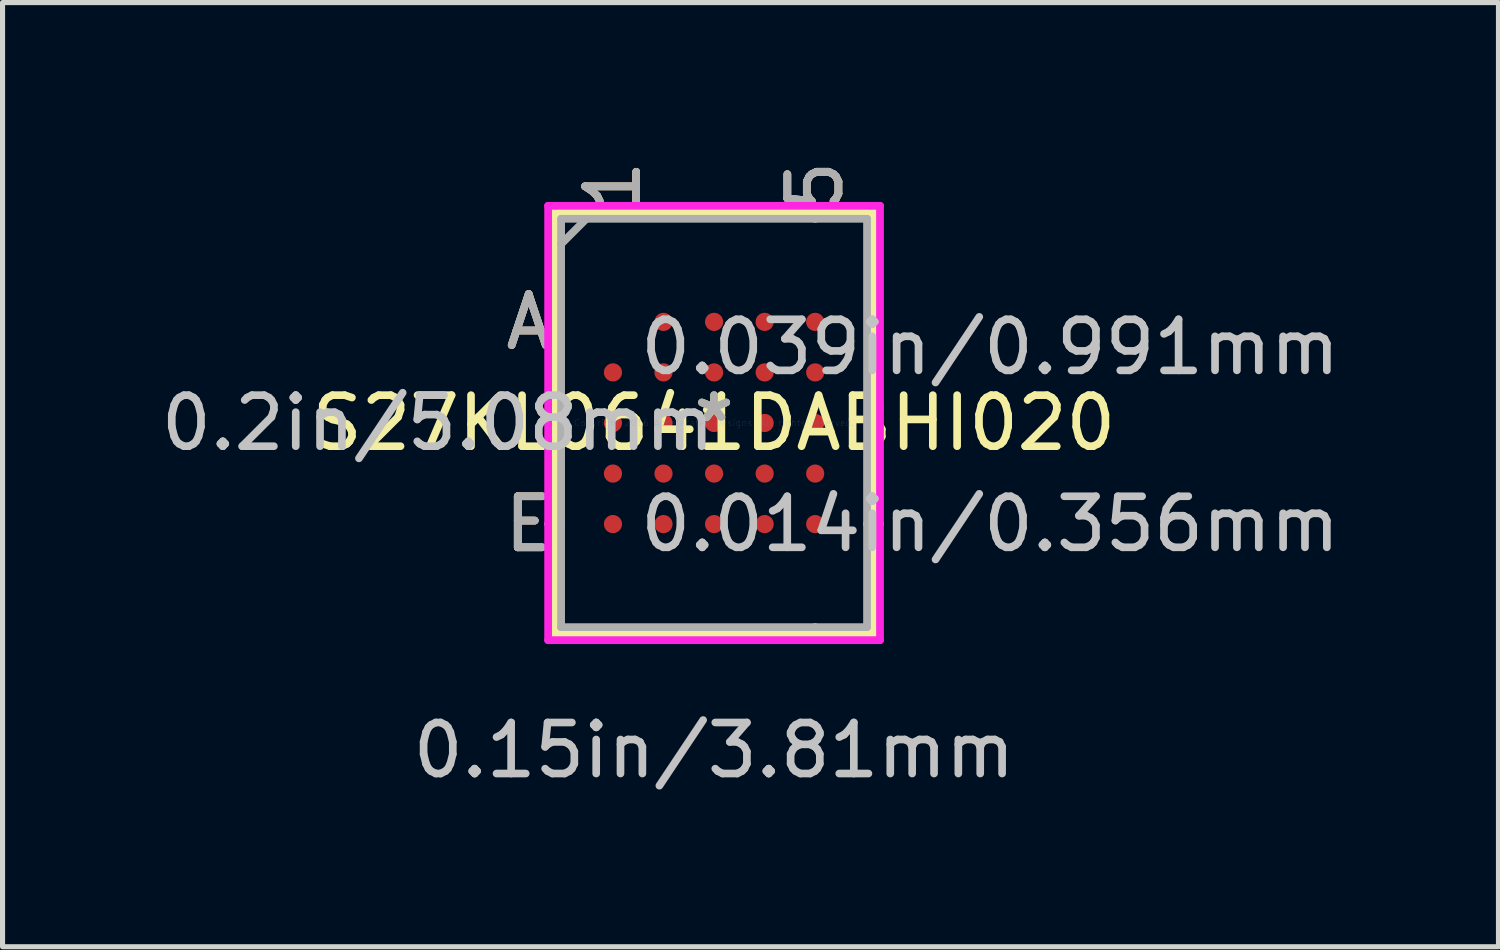
<source format=kicad_pcb>
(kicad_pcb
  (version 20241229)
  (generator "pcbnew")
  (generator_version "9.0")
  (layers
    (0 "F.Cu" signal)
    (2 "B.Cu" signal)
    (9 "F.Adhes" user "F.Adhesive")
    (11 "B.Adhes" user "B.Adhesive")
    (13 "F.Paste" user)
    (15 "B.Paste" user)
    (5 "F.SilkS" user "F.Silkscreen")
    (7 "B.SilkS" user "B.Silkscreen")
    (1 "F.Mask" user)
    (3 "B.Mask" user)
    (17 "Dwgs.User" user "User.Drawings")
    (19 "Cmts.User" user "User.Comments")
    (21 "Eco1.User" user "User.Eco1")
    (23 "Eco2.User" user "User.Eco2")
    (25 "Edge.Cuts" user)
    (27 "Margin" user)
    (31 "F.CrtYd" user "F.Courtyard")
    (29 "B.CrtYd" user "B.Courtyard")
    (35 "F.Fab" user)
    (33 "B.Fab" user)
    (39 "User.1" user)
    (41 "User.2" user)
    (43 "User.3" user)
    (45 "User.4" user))
  (footprint "S27KL0641DABHI020"
    (layer "F.Cu")
    (at 10.94 5.237)
    (property "Reference" "S27KL0641DABHI020" (at 0 0 0) (layer "F.SilkS") (effects (font (size 1 1) (thickness 0.15))))
    (attr through_hole)
    (fp_line (start -3.124 -4.128) (end -3.124 4.128) (stroke (width 0.152) (type solid)) (layer "F.SilkS"))
    (fp_line (start -3.124 4.128) (end 3.124 4.128) (stroke (width 0.152) (type solid)) (layer "F.SilkS"))
    (fp_line (start -2.997 1.981) (end -3.251 1.981) (stroke (width 0.152) (type solid)) (layer "F.SilkS"))
    (fp_line (start 1.981 -4) (end 1.981 -4.255) (stroke (width 0.152) (type solid)) (layer "F.SilkS"))
    (fp_line (start 1.981 4) (end 1.981 4.255) (stroke (width 0.152) (type solid)) (layer "F.SilkS"))
    (fp_line (start 2.997 1.981) (end 3.251 1.981) (stroke (width 0.152) (type solid)) (layer "F.SilkS"))
    (fp_line (start 3.124 -4.128) (end -3.124 -4.128) (stroke (width 0.152) (type solid)) (layer "F.SilkS"))
    (fp_line (start 3.124 4.128) (end 3.124 -4.128) (stroke (width 0.152) (type solid)) (layer "F.SilkS"))
    (fp_line (start -3.251 -4.255) (end 3.251 -4.255) (stroke (width 0.152) (type solid)) (layer "F.CrtYd"))
    (fp_line (start -3.251 4.255) (end -3.251 -4.255) (stroke (width 0.152) (type solid)) (layer "F.CrtYd"))
    (fp_line (start 3.251 -4.255) (end 3.251 4.255) (stroke (width 0.152) (type solid)) (layer "F.CrtYd"))
    (fp_line (start 3.251 4.255) (end -3.251 4.255) (stroke (width 0.152) (type solid)) (layer "F.CrtYd"))
    (fp_line (start -2.997 -4) (end -2.997 4) (stroke (width 0.152) (type solid)) (layer "F.Fab"))
    (fp_line (start -2.997 4) (end 2.997 4) (stroke (width 0.152) (type solid)) (layer "F.Fab"))
    (fp_line (start -2.502 -4) (end -2.997 -3.505) (stroke (width 0.152) (type solid)) (layer "F.Fab"))
    (fp_line (start 2.997 -4) (end -2.997 -4) (stroke (width 0.152) (type solid)) (layer "F.Fab"))
    (fp_line (start 2.997 4) (end 2.997 -4) (stroke (width 0.152) (type solid)) (layer "F.Fab"))
    (fp_text user "1" (at -1.981 -4.636 90) (layer "F.SilkS") (effects (font (size 1 1) (thickness 0.15))))
    (fp_text user "*" (at 0 0 0) (layer "F.SilkS") (effects (font (size 1 1) (thickness 0.15))))
    (fp_text user "5" (at 1.981 -4.636 90) (layer "F.SilkS") (effects (font (size 1 1) (thickness 0.15))))
    (fp_text user "A" (at -3.632 -1.981 0) (layer "F.SilkS") (effects (font (size 1 1) (thickness 0.15))))
    (fp_text user "E" (at -3.632 1.981 0) (layer "F.SilkS") (effects (font (size 1 1) (thickness 0.15))))
    (fp_text user "E" (at -3.632 1.981 0) (layer "B.SilkS") (effects (font (size 1 1) (thickness 0.15))))
    (fp_text user "5" (at 1.981 -4.636 90) (layer "B.SilkS") (effects (font (size 1 1) (thickness 0.15))))
    (fp_text user "1" (at -1.981 -4.636 90) (layer "B.SilkS") (effects (font (size 1 1) (thickness 0.15))))
    (fp_text user "A" (at -3.632 -1.981 0) (layer "B.SilkS") (effects (font (size 1 1) (thickness 0.15))))
    (fp_text user "0.039in/0.991mm" (at 5.41 -1.486 0) (layer "Dwgs.User") (effects (font (size 1 1) (thickness 0.15))))
    (fp_text user "0.15in/3.81mm" (at 0 6.413 0) (layer "Dwgs.User") (effects (font (size 1 1) (thickness 0.15))))
    (fp_text user "0.2in/5.08mm" (at -5.41 0 0) (layer "Dwgs.User") (effects (font (size 1 1) (thickness 0.15))))
    (fp_text user "0.014in/0.356mm" (at 5.41 1.981 0) (layer "Dwgs.User") (effects (font (size 1 1) (thickness 0.15))))
    (fp_text user "Copyright 2016 Accelerated Designs. All rights reserved." (at 0 0 0) (layer "Cmts.User") (effects (font (size 0.127 0.127) (thickness 0.002))))
    (fp_text user "1" (at -1.981 -4.636 90) (layer "F.Fab") (effects (font (size 1 1) (thickness 0.15))))
    (fp_text user "5" (at 1.981 -4.636 90) (layer "F.Fab") (effects (font (size 1 1) (thickness 0.15))))
    (fp_text user "E" (at -3.632 1.981 0) (layer "F.Fab") (effects (font (size 1 1) (thickness 0.15))))
    (fp_text user "A" (at -3.632 -1.981 0) (layer "F.Fab") (effects (font (size 1 1) (thickness 0.15))))
    (fp_text user "*" (at 0 0 0) (layer "F.Fab") (effects (font (size 1 1) (thickness 0.15))))
    (pad "A2" smd circle (at -0.991 -1.981) (size 0.356 0.356) (layers "F.Cu" "F.Mask" "F.Paste"))
    (pad "A3" smd circle (at 0 -1.981) (size 0.356 0.356) (layers "F.Cu" "F.Mask" "F.Paste"))
    (pad "A4" smd circle (at 0.991 -1.981) (size 0.356 0.356) (layers "F.Cu" "F.Mask" "F.Paste"))
    (pad "A5" smd circle (at 1.981 -1.981) (size 0.356 0.356) (layers "F.Cu" "F.Mask" "F.Paste"))
    (pad "B1" smd circle (at -1.981 -0.991) (size 0.356 0.356) (layers "F.Cu" "F.Mask" "F.Paste"))
    (pad "B2" smd circle (at -0.991 -0.991) (size 0.356 0.356) (layers "F.Cu" "F.Mask" "F.Paste"))
    (pad "B3" smd circle (at 0 -0.991) (size 0.356 0.356) (layers "F.Cu" "F.Mask" "F.Paste"))
    (pad "B4" smd circle (at 0.991 -0.991) (size 0.356 0.356) (layers "F.Cu" "F.Mask" "F.Paste"))
    (pad "B5" smd circle (at 1.981 -0.991) (size 0.356 0.356) (layers "F.Cu" "F.Mask" "F.Paste"))
    (pad "C1" smd circle (at -1.981 0) (size 0.356 0.356) (layers "F.Cu" "F.Mask" "F.Paste"))
    (pad "C2" smd circle (at -0.991 0) (size 0.356 0.356) (layers "F.Cu" "F.Mask" "F.Paste"))
    (pad "C3" smd circle (at 0 0) (size 0.356 0.356) (layers "F.Cu" "F.Mask" "F.Paste"))
    (pad "C4" smd circle (at 0.991 0) (size 0.356 0.356) (layers "F.Cu" "F.Mask" "F.Paste"))
    (pad "C5" smd circle (at 1.981 0) (size 0.356 0.356) (layers "F.Cu" "F.Mask" "F.Paste"))
    (pad "D1" smd circle (at -1.981 0.991) (size 0.356 0.356) (layers "F.Cu" "F.Mask" "F.Paste"))
    (pad "D2" smd circle (at -0.991 0.991) (size 0.356 0.356) (layers "F.Cu" "F.Mask" "F.Paste"))
    (pad "D3" smd circle (at 0 0.991) (size 0.356 0.356) (layers "F.Cu" "F.Mask" "F.Paste"))
    (pad "D4" smd circle (at 0.991 0.991) (size 0.356 0.356) (layers "F.Cu" "F.Mask" "F.Paste"))
    (pad "D5" smd circle (at 1.981 0.991) (size 0.356 0.356) (layers "F.Cu" "F.Mask" "F.Paste"))
    (pad "E1" smd circle (at -1.981 1.981) (size 0.356 0.356) (layers "F.Cu" "F.Mask" "F.Paste"))
    (pad "E2" smd circle (at -0.991 1.981) (size 0.356 0.356) (layers "F.Cu" "F.Mask" "F.Paste"))
    (pad "E3" smd circle (at 0 1.981) (size 0.356 0.356) (layers "F.Cu" "F.Mask" "F.Paste"))
    (pad "E4" smd circle (at 0.991 1.981) (size 0.356 0.356) (layers "F.Cu" "F.Mask" "F.Paste"))
    (pad "E5" smd circle (at 1.981 1.981) (size 0.356 0.356) (layers "F.Cu" "F.Mask" "F.Paste")))
  (gr_rect
    (start -3 -3)
    (end 26.308 15.498)
    (stroke (width 0.1) (type default))
    (fill no)
    (layer "Edge.Cuts")))
</source>
